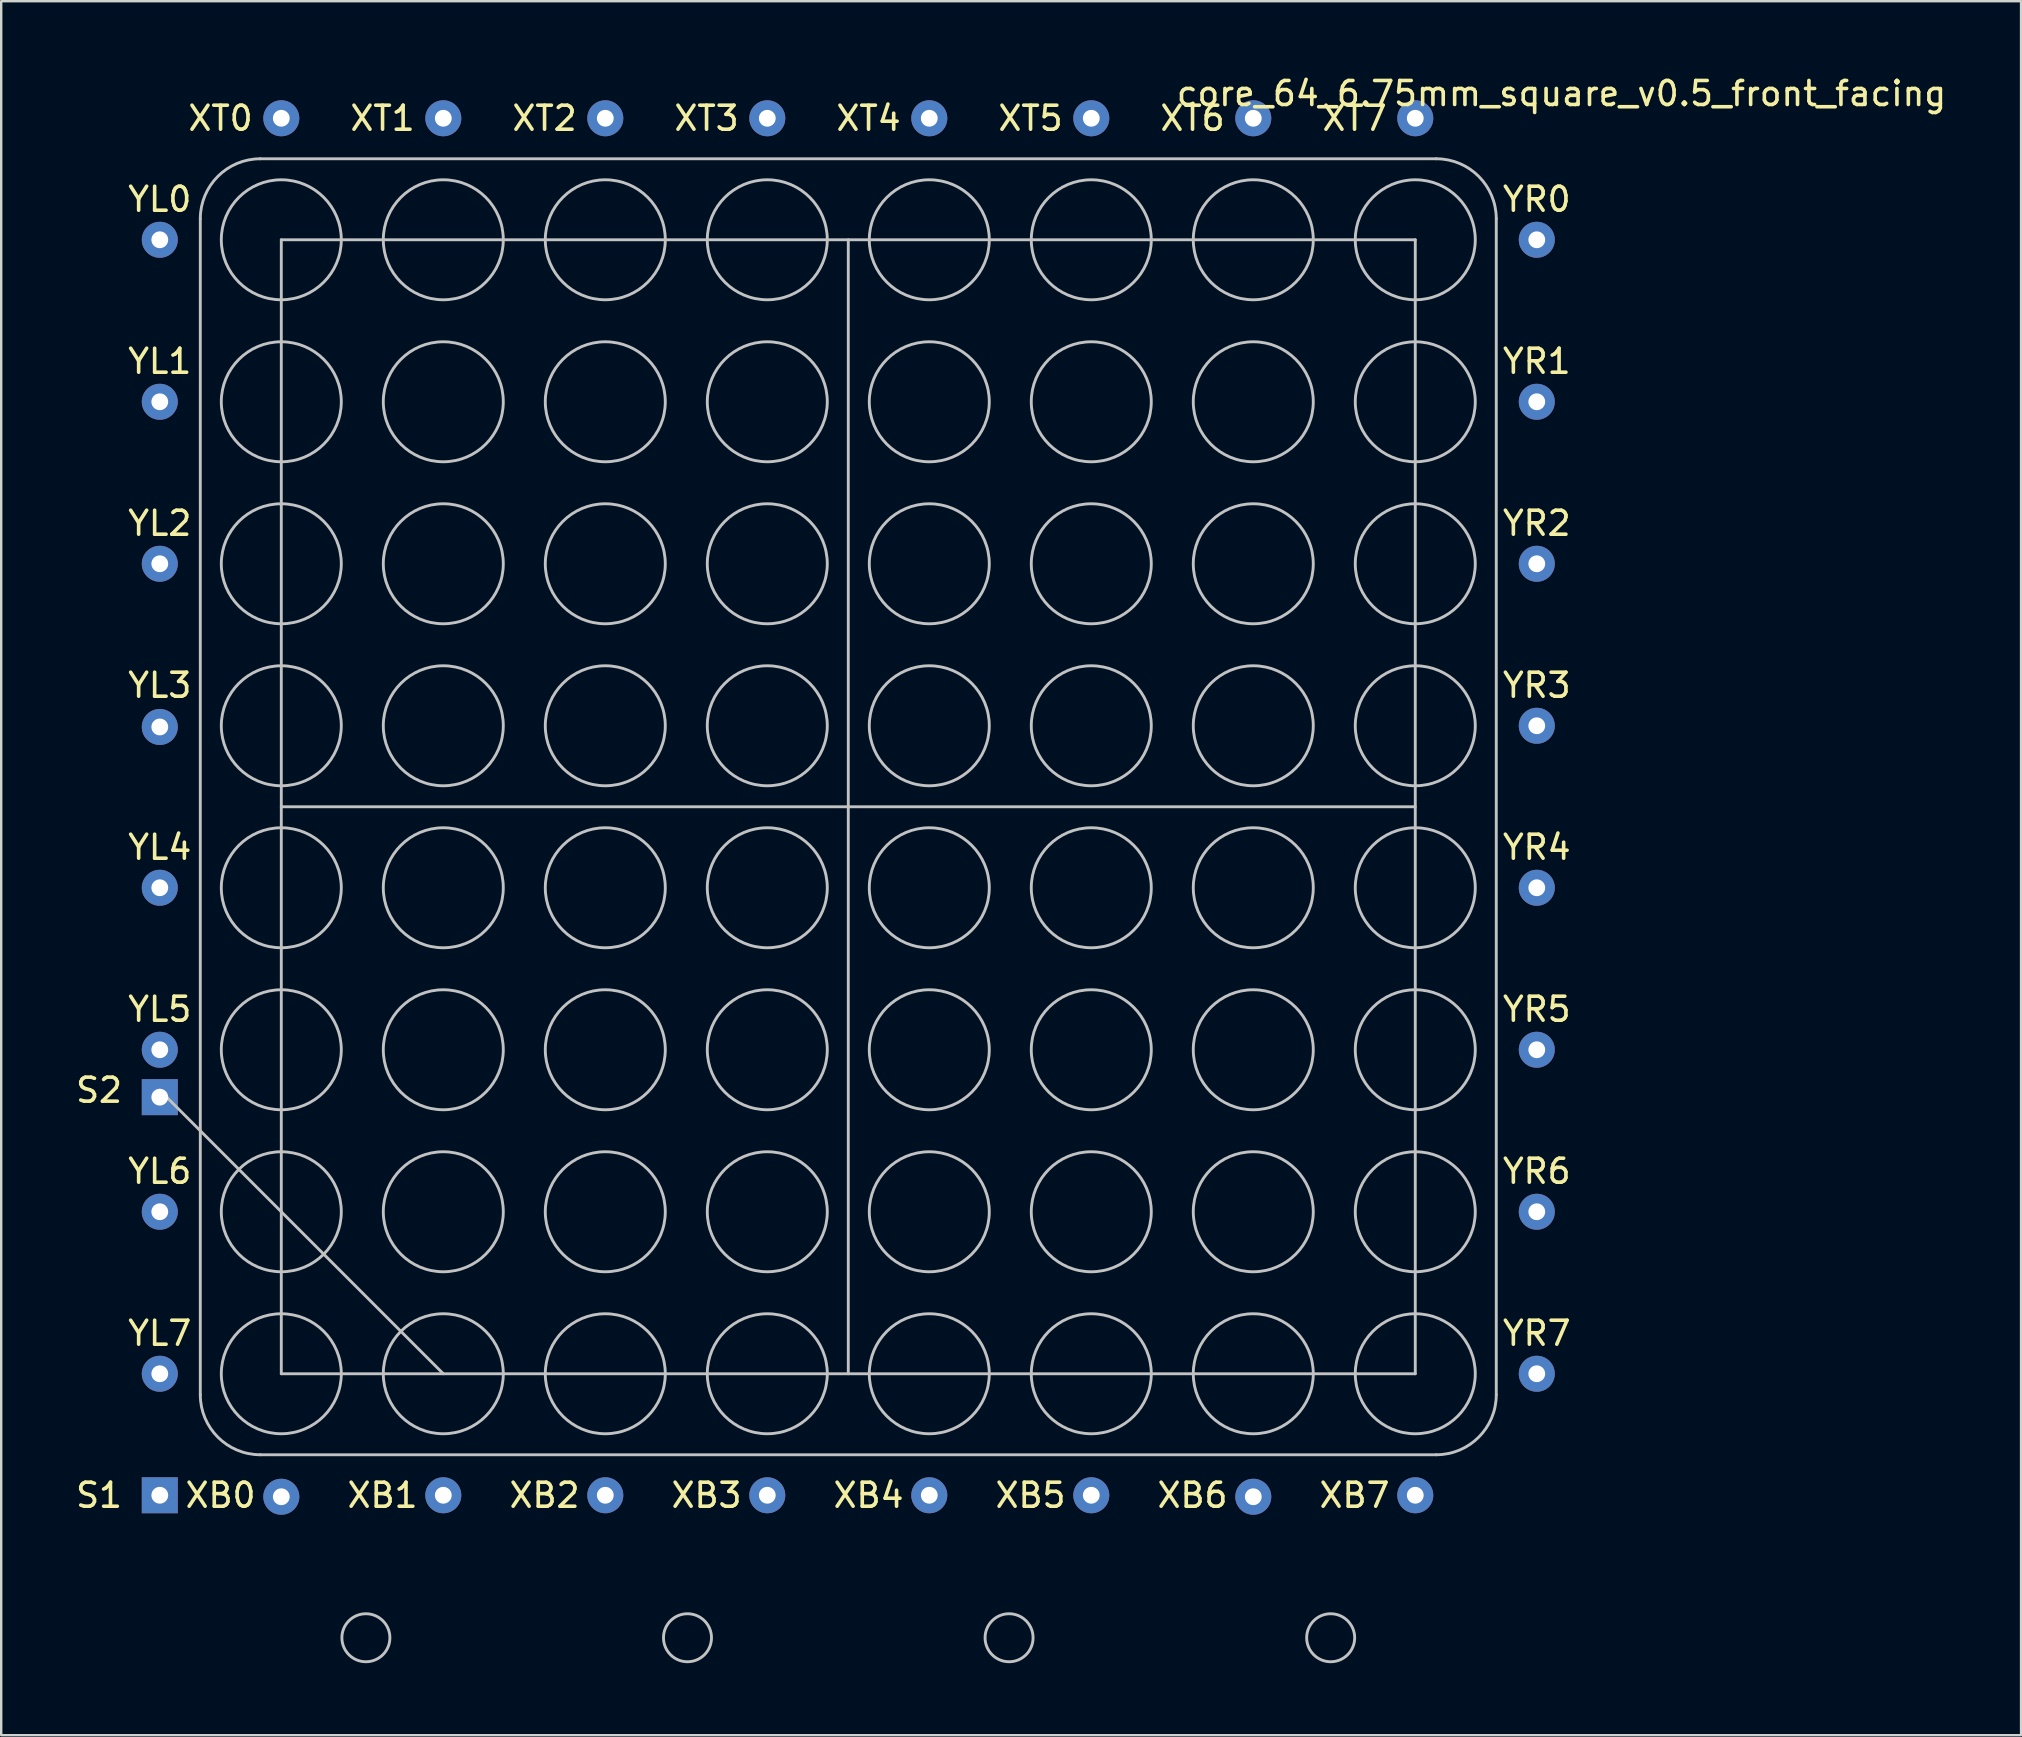
<source format=kicad_pcb>
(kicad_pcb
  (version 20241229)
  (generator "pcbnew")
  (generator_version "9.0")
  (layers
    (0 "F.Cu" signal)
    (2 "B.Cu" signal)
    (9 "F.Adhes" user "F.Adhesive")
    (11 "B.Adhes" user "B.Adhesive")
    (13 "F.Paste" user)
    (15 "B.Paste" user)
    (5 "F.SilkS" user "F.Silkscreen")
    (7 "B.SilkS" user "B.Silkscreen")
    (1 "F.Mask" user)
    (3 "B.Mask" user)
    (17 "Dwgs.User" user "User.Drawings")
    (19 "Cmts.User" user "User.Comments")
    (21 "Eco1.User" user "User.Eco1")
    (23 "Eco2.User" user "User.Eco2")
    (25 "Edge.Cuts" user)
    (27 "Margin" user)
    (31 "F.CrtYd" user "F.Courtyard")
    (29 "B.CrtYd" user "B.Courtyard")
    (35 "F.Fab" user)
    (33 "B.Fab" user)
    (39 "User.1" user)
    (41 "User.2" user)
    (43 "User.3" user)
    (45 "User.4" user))
  (footprint "core_64_6.75mm_square_v0.5_front_facing"
    (layer "F.Cu")
    (at 32.296 30.566)
    (property "Reference" "core_64_6.75mm_square_v0.5_front_facing" (at 29.718 -29.718 0) (layer "F.SilkS") (effects (font (size 1 1) (thickness 0.15))))
    (attr through_hole)
    (fp_line (start -27 24.5) (end -27 -24.5) (stroke (width 0.12) (type solid)) (layer "Dwgs.User"))
    (fp_line (start -24.5 -27) (end 24.5 -27) (stroke (width 0.12) (type solid)) (layer "Dwgs.User"))
    (fp_line (start -23.625 -23.625) (end 23.625 -23.625) (stroke (width 0.12) (type solid)) (layer "Dwgs.User"))
    (fp_line (start -23.625 0) (end 23.625 0) (stroke (width 0.12) (type solid)) (layer "Dwgs.User"))
    (fp_line (start -23.625 16.875) (end -28.688 11.812) (stroke (width 0.12) (type solid)) (layer "Dwgs.User"))
    (fp_line (start -23.625 23.625) (end -23.625 -23.625) (stroke (width 0.12) (type solid)) (layer "Dwgs.User"))
    (fp_line (start -16.875 23.625) (end -23.625 16.875) (stroke (width 0.12) (type solid)) (layer "Dwgs.User"))
    (fp_line (start 0 23.625) (end 0 -23.625) (stroke (width 0.12) (type solid)) (layer "Dwgs.User"))
    (fp_line (start 23.625 -23.625) (end 23.625 23.625) (stroke (width 0.12) (type solid)) (layer "Dwgs.User"))
    (fp_line (start 23.625 23.625) (end -23.625 23.625) (stroke (width 0.12) (type solid)) (layer "Dwgs.User"))
    (fp_line (start 24.5 27) (end -24.5 27) (stroke (width 0.12) (type solid)) (layer "Dwgs.User"))
    (fp_line (start 27 -24.5) (end 27 24.5) (stroke (width 0.12) (type solid)) (layer "Dwgs.User"))
    (fp_arc (start -27 -24.5) (mid -26.267767 -26.267767) (end -24.5 -27) (stroke (width 0.12) (type solid)) (layer "Dwgs.User"))
    (fp_arc (start -24.5 27) (mid -26.267767 26.267767) (end -27 24.5) (stroke (width 0.12) (type solid)) (layer "Dwgs.User"))
    (fp_arc (start 24.5 -27) (mid 26.267767 -26.267767) (end 27 -24.5) (stroke (width 0.12) (type solid)) (layer "Dwgs.User"))
    (fp_arc (start 27 24.5) (mid 26.267767 26.267767) (end 24.5 27) (stroke (width 0.12) (type solid)) (layer "Dwgs.User"))
    (fp_circle (center -23.625 -23.625) (end -21.125 -23.625) (stroke (width 0.12) (type solid)) (fill no) (layer "Dwgs.User"))
    (fp_circle (center -23.625 -16.875) (end -21.125 -16.875) (stroke (width 0.12) (type solid)) (fill no) (layer "Dwgs.User"))
    (fp_circle (center -23.625 -10.125) (end -21.125 -10.125) (stroke (width 0.12) (type solid)) (fill no) (layer "Dwgs.User"))
    (fp_circle (center -23.625 -3.375) (end -21.125 -3.375) (stroke (width 0.12) (type solid)) (fill no) (layer "Dwgs.User"))
    (fp_circle (center -23.625 3.375) (end -21.125 3.375) (stroke (width 0.12) (type solid)) (fill no) (layer "Dwgs.User"))
    (fp_circle (center -23.625 10.125) (end -21.125 10.125) (stroke (width 0.12) (type solid)) (fill no) (layer "Dwgs.User"))
    (fp_circle (center -23.625 16.875) (end -21.125 16.875) (stroke (width 0.12) (type solid)) (fill no) (layer "Dwgs.User"))
    (fp_circle (center -23.625 23.625) (end -21.125 23.625) (stroke (width 0.12) (type solid)) (fill no) (layer "Dwgs.User"))
    (fp_circle (center -20.1 34.625) (end -21.1 34.625) (stroke (width 0.12) (type solid)) (fill no) (layer "Dwgs.User"))
    (fp_circle (center -16.875 -23.625) (end -14.375 -23.625) (stroke (width 0.12) (type solid)) (fill no) (layer "Dwgs.User"))
    (fp_circle (center -16.875 -16.875) (end -14.375 -16.875) (stroke (width 0.12) (type solid)) (fill no) (layer "Dwgs.User"))
    (fp_circle (center -16.875 -10.125) (end -14.375 -10.125) (stroke (width 0.12) (type solid)) (fill no) (layer "Dwgs.User"))
    (fp_circle (center -16.875 -3.375) (end -14.375 -3.375) (stroke (width 0.12) (type solid)) (fill no) (layer "Dwgs.User"))
    (fp_circle (center -16.875 3.375) (end -14.375 3.375) (stroke (width 0.12) (type solid)) (fill no) (layer "Dwgs.User"))
    (fp_circle (center -16.875 10.125) (end -14.375 10.125) (stroke (width 0.12) (type solid)) (fill no) (layer "Dwgs.User"))
    (fp_circle (center -16.875 16.875) (end -14.375 16.875) (stroke (width 0.12) (type solid)) (fill no) (layer "Dwgs.User"))
    (fp_circle (center -16.875 23.625) (end -14.375 23.625) (stroke (width 0.12) (type solid)) (fill no) (layer "Dwgs.User"))
    (fp_circle (center -10.125 -23.625) (end -7.625 -23.625) (stroke (width 0.12) (type solid)) (fill no) (layer "Dwgs.User"))
    (fp_circle (center -10.125 -16.875) (end -7.625 -16.875) (stroke (width 0.12) (type solid)) (fill no) (layer "Dwgs.User"))
    (fp_circle (center -10.125 -10.125) (end -7.625 -10.125) (stroke (width 0.12) (type solid)) (fill no) (layer "Dwgs.User"))
    (fp_circle (center -10.125 -3.375) (end -7.625 -3.375) (stroke (width 0.12) (type solid)) (fill no) (layer "Dwgs.User"))
    (fp_circle (center -10.125 3.375) (end -7.625 3.375) (stroke (width 0.12) (type solid)) (fill no) (layer "Dwgs.User"))
    (fp_circle (center -10.125 10.125) (end -7.625 10.125) (stroke (width 0.12) (type solid)) (fill no) (layer "Dwgs.User"))
    (fp_circle (center -10.125 16.875) (end -7.625 16.875) (stroke (width 0.12) (type solid)) (fill no) (layer "Dwgs.User"))
    (fp_circle (center -10.125 23.625) (end -7.625 23.625) (stroke (width 0.12) (type solid)) (fill no) (layer "Dwgs.User"))
    (fp_circle (center -6.7 34.625) (end -7.7 34.625) (stroke (width 0.12) (type solid)) (fill no) (layer "Dwgs.User"))
    (fp_circle (center -3.375 -23.625) (end -0.875 -23.625) (stroke (width 0.12) (type solid)) (fill no) (layer "Dwgs.User"))
    (fp_circle (center -3.375 -16.875) (end -0.875 -16.875) (stroke (width 0.12) (type solid)) (fill no) (layer "Dwgs.User"))
    (fp_circle (center -3.375 -10.125) (end -0.875 -10.125) (stroke (width 0.12) (type solid)) (fill no) (layer "Dwgs.User"))
    (fp_circle (center -3.375 -3.375) (end -0.875 -3.375) (stroke (width 0.12) (type solid)) (fill no) (layer "Dwgs.User"))
    (fp_circle (center -3.375 3.375) (end -0.875 3.375) (stroke (width 0.12) (type solid)) (fill no) (layer "Dwgs.User"))
    (fp_circle (center -3.375 10.125) (end -0.875 10.125) (stroke (width 0.12) (type solid)) (fill no) (layer "Dwgs.User"))
    (fp_circle (center -3.375 16.875) (end -0.875 16.875) (stroke (width 0.12) (type solid)) (fill no) (layer "Dwgs.User"))
    (fp_circle (center -3.375 23.625) (end -0.875 23.625) (stroke (width 0.12) (type solid)) (fill no) (layer "Dwgs.User"))
    (fp_circle (center 3.375 -23.625) (end 5.875 -23.625) (stroke (width 0.12) (type solid)) (fill no) (layer "Dwgs.User"))
    (fp_circle (center 3.375 -16.875) (end 5.875 -16.875) (stroke (width 0.12) (type solid)) (fill no) (layer "Dwgs.User"))
    (fp_circle (center 3.375 -10.125) (end 5.875 -10.125) (stroke (width 0.12) (type solid)) (fill no) (layer "Dwgs.User"))
    (fp_circle (center 3.375 -3.375) (end 5.875 -3.375) (stroke (width 0.12) (type solid)) (fill no) (layer "Dwgs.User"))
    (fp_circle (center 3.375 3.375) (end 5.875 3.375) (stroke (width 0.12) (type solid)) (fill no) (layer "Dwgs.User"))
    (fp_circle (center 3.375 10.125) (end 5.875 10.125) (stroke (width 0.12) (type solid)) (fill no) (layer "Dwgs.User"))
    (fp_circle (center 3.375 16.875) (end 5.875 16.875) (stroke (width 0.12) (type solid)) (fill no) (layer "Dwgs.User"))
    (fp_circle (center 3.375 23.625) (end 5.875 23.625) (stroke (width 0.12) (type solid)) (fill no) (layer "Dwgs.User"))
    (fp_circle (center 6.7 34.625) (end 5.7 34.625) (stroke (width 0.12) (type solid)) (fill no) (layer "Dwgs.User"))
    (fp_circle (center 10.125 -23.625) (end 12.625 -23.625) (stroke (width 0.12) (type solid)) (fill no) (layer "Dwgs.User"))
    (fp_circle (center 10.125 -16.875) (end 12.625 -16.875) (stroke (width 0.12) (type solid)) (fill no) (layer "Dwgs.User"))
    (fp_circle (center 10.125 -10.125) (end 12.625 -10.125) (stroke (width 0.12) (type solid)) (fill no) (layer "Dwgs.User"))
    (fp_circle (center 10.125 -3.375) (end 12.625 -3.375) (stroke (width 0.12) (type solid)) (fill no) (layer "Dwgs.User"))
    (fp_circle (center 10.125 3.375) (end 12.625 3.375) (stroke (width 0.12) (type solid)) (fill no) (layer "Dwgs.User"))
    (fp_circle (center 10.125 10.125) (end 12.625 10.125) (stroke (width 0.12) (type solid)) (fill no) (layer "Dwgs.User"))
    (fp_circle (center 10.125 16.875) (end 12.625 16.875) (stroke (width 0.12) (type solid)) (fill no) (layer "Dwgs.User"))
    (fp_circle (center 10.125 23.625) (end 12.625 23.625) (stroke (width 0.12) (type solid)) (fill no) (layer "Dwgs.User"))
    (fp_circle (center 16.875 -23.625) (end 19.375 -23.625) (stroke (width 0.12) (type solid)) (fill no) (layer "Dwgs.User"))
    (fp_circle (center 16.875 -16.875) (end 19.375 -16.875) (stroke (width 0.12) (type solid)) (fill no) (layer "Dwgs.User"))
    (fp_circle (center 16.875 -10.125) (end 19.375 -10.125) (stroke (width 0.12) (type solid)) (fill no) (layer "Dwgs.User"))
    (fp_circle (center 16.875 -3.375) (end 19.375 -3.375) (stroke (width 0.12) (type solid)) (fill no) (layer "Dwgs.User"))
    (fp_circle (center 16.875 3.375) (end 19.375 3.375) (stroke (width 0.12) (type solid)) (fill no) (layer "Dwgs.User"))
    (fp_circle (center 16.875 10.125) (end 19.375 10.125) (stroke (width 0.12) (type solid)) (fill no) (layer "Dwgs.User"))
    (fp_circle (center 16.875 16.875) (end 19.375 16.875) (stroke (width 0.12) (type solid)) (fill no) (layer "Dwgs.User"))
    (fp_circle (center 16.875 23.625) (end 19.375 23.625) (stroke (width 0.12) (type solid)) (fill no) (layer "Dwgs.User"))
    (fp_circle (center 20.1 34.625) (end 19.1 34.625) (stroke (width 0.12) (type solid)) (fill no) (layer "Dwgs.User"))
    (fp_circle (center 23.625 -23.625) (end 26.125 -23.625) (stroke (width 0.12) (type solid)) (fill no) (layer "Dwgs.User"))
    (fp_circle (center 23.625 -16.875) (end 26.125 -16.875) (stroke (width 0.12) (type solid)) (fill no) (layer "Dwgs.User"))
    (fp_circle (center 23.625 -10.125) (end 26.125 -10.125) (stroke (width 0.12) (type solid)) (fill no) (layer "Dwgs.User"))
    (fp_circle (center 23.625 -3.375) (end 26.125 -3.375) (stroke (width 0.12) (type solid)) (fill no) (layer "Dwgs.User"))
    (fp_circle (center 23.625 3.375) (end 26.125 3.375) (stroke (width 0.12) (type solid)) (fill no) (layer "Dwgs.User"))
    (fp_circle (center 23.625 10.125) (end 26.125 10.125) (stroke (width 0.12) (type solid)) (fill no) (layer "Dwgs.User"))
    (fp_circle (center 23.625 16.875) (end 26.125 16.875) (stroke (width 0.12) (type solid)) (fill no) (layer "Dwgs.User"))
    (fp_circle (center 23.625 23.625) (end 26.125 23.625) (stroke (width 0.12) (type solid)) (fill no) (layer "Dwgs.User"))
    (fp_text user "XT0" (at -26.156 -28.688 0) (layer "F.SilkS") (effects (font (size 1 1) (thickness 0.15))))
    (fp_text user "YL3" (at -28.688 -5.062 0) (layer "F.SilkS") (effects (font (size 1 1) (thickness 0.15))))
    (fp_text user "XB0" (at -26.156 28.688 0) (layer "F.SilkS") (effects (font (size 1 1) (thickness 0.15))))
    (fp_text user "YR7" (at 28.688 21.938 0) (layer "F.SilkS") (effects (font (size 1 1) (thickness 0.15))))
    (fp_text user "S1" (at -31.219 28.688 0) (layer "F.SilkS") (effects (font (size 1 1) (thickness 0.15))))
    (fp_text user "XT5" (at 7.594 -28.688 0) (layer "F.SilkS") (effects (font (size 1 1) (thickness 0.15))))
    (fp_text user "YR4" (at 28.688 1.688 0) (layer "F.SilkS") (effects (font (size 1 1) (thickness 0.15))))
    (fp_text user "YL5" (at -28.688 8.438 0) (layer "F.SilkS") (effects (font (size 1 1) (thickness 0.15))))
    (fp_text user "XB6" (at 14.344 28.688 0) (layer "F.SilkS") (effects (font (size 1 1) (thickness 0.15))))
    (fp_text user "XT7" (at 21.094 -28.688 0) (layer "F.SilkS") (effects (font (size 1 1) (thickness 0.15))))
    (fp_text user "YR5" (at 28.688 8.438 0) (layer "F.SilkS") (effects (font (size 1 1) (thickness 0.15))))
    (fp_text user "XB1" (at -19.406 28.688 0) (layer "F.SilkS") (effects (font (size 1 1) (thickness 0.15))))
    (fp_text user "XB3" (at -5.906 28.688 0) (layer "F.SilkS") (effects (font (size 1 1) (thickness 0.15))))
    (fp_text user "YR6" (at 28.688 15.188 0) (layer "F.SilkS") (effects (font (size 1 1) (thickness 0.15))))
    (fp_text user "XT3" (at -5.906 -28.688 0) (layer "F.SilkS") (effects (font (size 1 1) (thickness 0.15))))
    (fp_text user "YL1" (at -28.688 -18.562 0) (layer "F.SilkS") (effects (font (size 1 1) (thickness 0.15))))
    (fp_text user "YR2" (at 28.688 -11.812 0) (layer "F.SilkS") (effects (font (size 1 1) (thickness 0.15))))
    (fp_text user "YR0" (at 28.688 -25.312 0) (layer "F.SilkS") (effects (font (size 1 1) (thickness 0.15))))
    (fp_text user "XB4" (at 0.844 28.688 0) (layer "F.SilkS") (effects (font (size 1 1) (thickness 0.15))))
    (fp_text user "YL2" (at -28.688 -11.812 0) (layer "F.SilkS") (effects (font (size 1 1) (thickness 0.15))))
    (fp_text user "YR3" (at 28.688 -5.062 0) (layer "F.SilkS") (effects (font (size 1 1) (thickness 0.15))))
    (fp_text user "YL4" (at -28.688 1.688 0) (layer "F.SilkS") (effects (font (size 1 1) (thickness 0.15))))
    (fp_text user "XT4" (at 0.844 -28.688 0) (layer "F.SilkS") (effects (font (size 1 1) (thickness 0.15))))
    (fp_text user "XB7" (at 21.094 28.688 0) (layer "F.SilkS") (effects (font (size 1 1) (thickness 0.15))))
    (fp_text user "XT2" (at -12.656 -28.688 0) (layer "F.SilkS") (effects (font (size 1 1) (thickness 0.15))))
    (fp_text user "XT6" (at 14.344 -28.688 0) (layer "F.SilkS") (effects (font (size 1 1) (thickness 0.15))))
    (fp_text user "YL0" (at -28.688 -25.312 0) (layer "F.SilkS") (effects (font (size 1 1) (thickness 0.15))))
    (fp_text user "XT1" (at -19.406 -28.688 0) (layer "F.SilkS") (effects (font (size 1 1) (thickness 0.15))))
    (fp_text user "YL6" (at -28.688 15.188 0) (layer "F.SilkS") (effects (font (size 1 1) (thickness 0.15))))
    (fp_text user "YL7" (at -28.688 21.938 0) (layer "F.SilkS") (effects (font (size 1 1) (thickness 0.15))))
    (fp_text user "S2" (at -31.219 11.812 0) (layer "F.SilkS") (effects (font (size 1 1) (thickness 0.15))))
    (fp_text user "XB2" (at -12.656 28.688 0) (layer "F.SilkS") (effects (font (size 1 1) (thickness 0.15))))
    (fp_text user "XB5" (at 7.594 28.688 0) (layer "F.SilkS") (effects (font (size 1 1) (thickness 0.15))))
    (fp_text user "YR1" (at 28.688 -18.562 0) (layer "F.SilkS") (effects (font (size 1 1) (thickness 0.15))))
    (pad "1" thru_hole circle (at -23.625 -28.688 180) (size 1.5 1.5) (drill 0.7) (layers "*.Cu" "*.Mask"))
    (pad "2" thru_hole circle (at -16.875 -28.688 180) (size 1.5 1.5) (drill 0.7) (layers "*.Cu" "*.Mask"))
    (pad "3" thru_hole circle (at -10.125 -28.688 180) (size 1.5 1.5) (drill 0.7) (layers "*.Cu" "*.Mask"))
    (pad "4" thru_hole circle (at -3.375 -28.688 180) (size 1.5 1.5) (drill 0.7) (layers "*.Cu" "*.Mask"))
    (pad "5" thru_hole circle (at 3.375 -28.688 180) (size 1.5 1.5) (drill 0.7) (layers "*.Cu" "*.Mask"))
    (pad "6" thru_hole circle (at 10.125 -28.688 180) (size 1.5 1.5) (drill 0.7) (layers "*.Cu" "*.Mask"))
    (pad "7" thru_hole circle (at 16.875 -28.688 180) (size 1.5 1.5) (drill 0.7) (layers "*.Cu" "*.Mask"))
    (pad "8" thru_hole circle (at 23.625 -28.688 180) (size 1.5 1.5) (drill 0.7) (layers "*.Cu" "*.Mask"))
    (pad "9" thru_hole circle (at 28.688 -23.625 180) (size 1.5 1.5) (drill 0.7) (layers "*.Cu" "*.Mask"))
    (pad "10" thru_hole circle (at 28.688 -16.875 180) (size 1.5 1.5) (drill 0.7) (layers "*.Cu" "*.Mask"))
    (pad "11" thru_hole circle (at 28.688 -10.125 180) (size 1.5 1.5) (drill 0.7) (layers "*.Cu" "*.Mask"))
    (pad "12" thru_hole circle (at 28.688 -3.375 180) (size 1.5 1.5) (drill 0.7) (layers "*.Cu" "*.Mask"))
    (pad "13" thru_hole circle (at 28.688 3.375 180) (size 1.5 1.5) (drill 0.7) (layers "*.Cu" "*.Mask"))
    (pad "14" thru_hole circle (at 28.688 10.125 180) (size 1.5 1.5) (drill 0.7) (layers "*.Cu" "*.Mask"))
    (pad "15" thru_hole circle (at 28.688 16.875 180) (size 1.5 1.5) (drill 0.7) (layers "*.Cu" "*.Mask"))
    (pad "16" thru_hole circle (at 28.688 23.625 180) (size 1.5 1.5) (drill 0.7) (layers "*.Cu" "*.Mask"))
    (pad "17" thru_hole circle (at 23.625 28.688 180) (size 1.5 1.5) (drill 0.7) (layers "*.Cu" "*.Mask"))
    (pad "18" thru_hole circle (at 16.875 28.75 180) (size 1.5 1.5) (drill 0.7) (layers "*.Cu" "*.Mask"))
    (pad "19" thru_hole circle (at 10.125 28.688 180) (size 1.5 1.5) (drill 0.7) (layers "*.Cu" "*.Mask"))
    (pad "20" thru_hole circle (at 3.375 28.688 180) (size 1.5 1.5) (drill 0.7) (layers "*.Cu" "*.Mask"))
    (pad "21" thru_hole circle (at -3.375 28.688 180) (size 1.5 1.5) (drill 0.7) (layers "*.Cu" "*.Mask"))
    (pad "22" thru_hole circle (at -10.125 28.688 180) (size 1.5 1.5) (drill 0.7) (layers "*.Cu" "*.Mask"))
    (pad "23" thru_hole circle (at -16.875 28.688 180) (size 1.5 1.5) (drill 0.7) (layers "*.Cu" "*.Mask"))
    (pad "24" thru_hole circle (at -23.625 28.75 180) (size 1.5 1.5) (drill 0.7) (layers "*.Cu" "*.Mask"))
    (pad "25" thru_hole circle (at -28.688 23.625 180) (size 1.5 1.5) (drill 0.7) (layers "*.Cu" "*.Mask"))
    (pad "26" thru_hole circle (at -28.688 16.875 180) (size 1.5 1.5) (drill 0.7) (layers "*.Cu" "*.Mask"))
    (pad "27" thru_hole circle (at -28.688 10.125 180) (size 1.5 1.5) (drill 0.7) (layers "*.Cu" "*.Mask"))
    (pad "28" thru_hole circle (at -28.688 3.375 180) (size 1.5 1.5) (drill 0.7) (layers "*.Cu" "*.Mask"))
    (pad "29" thru_hole circle (at -28.688 -3.325 180) (size 1.5 1.5) (drill 0.7) (layers "*.Cu" "*.Mask"))
    (pad "30" thru_hole circle (at -28.688 -10.125 180) (size 1.5 1.5) (drill 0.7) (layers "*.Cu" "*.Mask"))
    (pad "31" thru_hole circle (at -28.688 -16.875 180) (size 1.5 1.5) (drill 0.7) (layers "*.Cu" "*.Mask"))
    (pad "32" thru_hole circle (at -28.688 -23.625 180) (size 1.5 1.5) (drill 0.7) (layers "*.Cu" "*.Mask"))
    (pad "33" thru_hole rect (at -28.688 12.1) (size 1.5 1.5) (drill 0.7) (layers "*.Cu" "*.Mask"))
    (pad "34" thru_hole rect (at -28.688 28.688) (size 1.5 1.5) (drill 0.7) (layers "*.Cu" "*.Mask")))
  (gr_rect
    (start -3 -3)
    (end 81.163 69.251)
    (stroke (width 0.1) (type default))
    (fill no)
    (layer "Edge.Cuts")))
</source>
